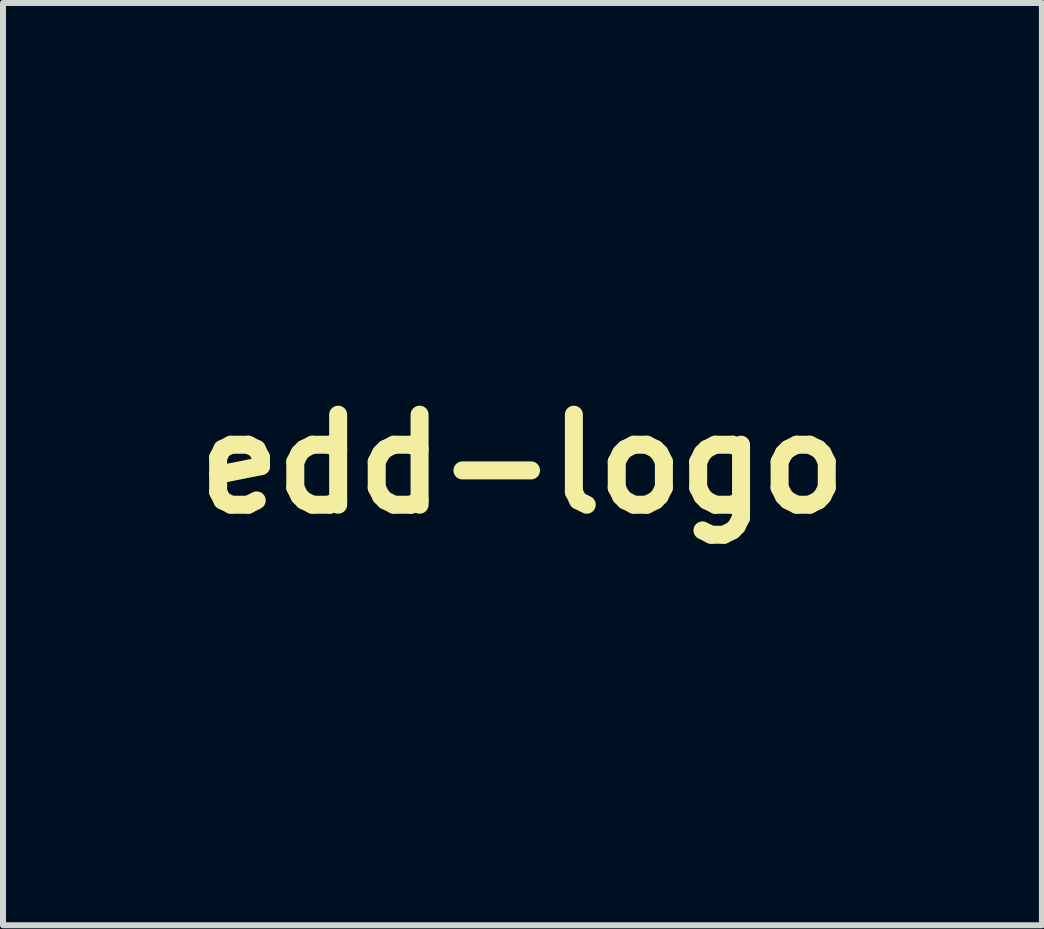
<source format=kicad_pcb>
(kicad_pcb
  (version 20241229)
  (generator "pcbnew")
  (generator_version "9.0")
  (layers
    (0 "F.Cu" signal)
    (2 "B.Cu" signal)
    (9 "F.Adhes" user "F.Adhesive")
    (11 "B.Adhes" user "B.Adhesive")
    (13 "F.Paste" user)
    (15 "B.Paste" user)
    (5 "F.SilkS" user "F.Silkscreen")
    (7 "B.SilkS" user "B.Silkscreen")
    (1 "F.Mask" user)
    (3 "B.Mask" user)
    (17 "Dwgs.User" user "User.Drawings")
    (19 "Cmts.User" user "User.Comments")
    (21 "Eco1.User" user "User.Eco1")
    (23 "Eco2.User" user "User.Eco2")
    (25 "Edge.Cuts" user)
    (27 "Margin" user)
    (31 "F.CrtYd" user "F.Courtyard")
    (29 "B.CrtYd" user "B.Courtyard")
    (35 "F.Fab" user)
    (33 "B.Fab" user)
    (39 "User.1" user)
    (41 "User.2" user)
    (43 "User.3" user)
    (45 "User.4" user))
  (footprint "edd-logo"
    (layer "F.Cu")
    (at 5.657 4.683)
    (property "Reference" "edd-logo" (at 0 0 0) (layer "F.SilkS") (effects (font (size 1.5 1.5) (thickness 0.3))))
    (attr board_only exclude_from_pos_files exclude_from_bom)
    (fp_poly (pts (xy -0.007 -3.371) (xy 0.008 -3.361) (xy 0.022 -3.341) (xy 0.032 -3.31) (xy 0.04 -3.264) (xy 0.047 -3.2) (xy 0.051 -3.117) (xy 0.055 -3.01) (xy 0.057 -2.878) (xy 0.058 -2.718) (xy 0.058 -2.527) (xy 0.058 -2.302) (xy 0.058 -2.051) (xy 0.058 -0.814) (xy 1.066 -0.814) (xy 1.29 -0.814) (xy 1.478 -0.814) (xy 1.634 -0.814) (xy 1.76 -0.813) (xy 1.861 -0.811) (xy 1.939 -0.809) (xy 1.997 -0.807) (xy 2.04 -0.803) (xy 2.069 -0.798) (xy 2.089 -0.792) (xy 2.102 -0.785) (xy 2.112 -0.777) (xy 2.113 -0.776) (xy 2.142 -0.732) (xy 2.151 -0.693) (xy 2.142 -0.67) (xy 2.117 -0.615) (xy 2.077 -0.53) (xy 2.022 -0.416) (xy 1.955 -0.277) (xy 1.876 -0.114) (xy 1.786 0.07) (xy 1.686 0.273) (xy 1.577 0.493) (xy 1.461 0.728) (xy 1.338 0.975) (xy 1.209 1.233) (xy 1.147 1.357) (xy 0.145 3.364) (xy 0.075 3.37) (xy 0.019 3.368) (xy -0.016 3.346) (xy -0.027 3.332) (xy -0.034 3.32) (xy -0.039 3.3) (xy -0.043 3.271) (xy -0.047 3.23) (xy -0.05 3.173) (xy -0.053 3.097) (xy -0.055 3.001) (xy -0.056 2.88) (xy -0.057 2.733) (xy -0.058 2.555) (xy -0.058 2.346) (xy -0.058 2.101) (xy -0.058 2.051) (xy -0.058 0.814) (xy -1.066 0.814) (xy -1.29 0.814) (xy -1.478 0.814) (xy -1.634 0.814) (xy -1.76 0.813) (xy -1.861 0.811) (xy -1.939 0.809) (xy -1.997 0.807) (xy -2.04 0.803) (xy -2.069 0.798) (xy -2.089 0.792) (xy -2.102 0.785) (xy -2.112 0.777) (xy -2.113 0.776) (xy -2.142 0.732) (xy -2.151 0.693) (xy -2.142 0.67) (xy -2.117 0.615) (xy -2.077 0.53) (xy -2.022 0.416) (xy -1.955 0.277) (xy -1.876 0.114) (xy -1.786 -0.07) (xy -1.686 -0.273) (xy -1.577 -0.493) (xy -1.461 -0.728) (xy -1.338 -0.975) (xy -1.21 -1.233) (xy -1.147 -1.357) (xy -0.145 -3.364) (xy -0.075 -3.37) (xy -0.049 -3.372) (xy -0.026 -3.374)) (stroke (width 0) (type solid)) (fill yes) (layer "F.Mask"))
    (fp_poly (pts (xy 3.863 -4.632) (xy 4.07 -4.532) (xy 4.251 -4.406) (xy 4.405 -4.254) (xy 4.529 -4.08) (xy 4.621 -3.885) (xy 4.64 -3.829) (xy 4.683 -3.694) (xy 4.683 0) (xy 4.683 3.694) (xy 4.64 3.829) (xy 4.556 4.029) (xy 4.441 4.209) (xy 4.295 4.367) (xy 4.122 4.5) (xy 3.922 4.607) (xy 3.863 4.632) (xy 3.732 4.683) (xy 0.048 4.686) (xy -0.396 4.687) (xy -0.803 4.687) (xy -1.175 4.688) (xy -1.514 4.688) (xy -1.82 4.688) (xy -2.096 4.688) (xy -2.343 4.688) (xy -2.563 4.687) (xy -2.758 4.687) (xy -2.929 4.686) (xy -3.079 4.685) (xy -3.208 4.684) (xy -3.318 4.683) (xy -3.412 4.681) (xy -3.491 4.679) (xy -3.556 4.677) (xy -3.609 4.675) (xy -3.652 4.672) (xy -3.687 4.669) (xy -3.714 4.666) (xy -3.737 4.662) (xy -3.757 4.658) (xy -3.774 4.654) (xy -3.975 4.582) (xy -4.159 4.477) (xy -4.321 4.345) (xy -4.458 4.187) (xy -4.566 4.008) (xy -4.643 3.812) (xy -4.663 3.733) (xy -4.667 3.713) (xy -4.67 3.688) (xy -4.673 3.655) (xy -4.675 3.635) (xy -4.217 3.635) (xy -4.172 3.748) (xy -4.102 3.874) (xy -4.003 3.992) (xy -3.883 4.093) (xy -3.752 4.169) (xy -3.64 4.208) (xy -3.614 4.21) (xy -3.552 4.211) (xy -3.454 4.213) (xy -3.324 4.214) (xy -3.163 4.215) (xy -2.973 4.216) (xy -2.755 4.217) (xy -2.513 4.218) (xy -2.247 4.219) (xy -1.96 4.219) (xy -1.654 4.22) (xy -1.33 4.22) (xy -0.991 4.22) (xy -0.638 4.22) (xy -0.274 4.22) (xy 0.039 4.22) (xy 3.656 4.217) (xy 3.784 4.154) (xy 3.908 4.076) (xy 4.021 3.974) (xy 4.113 3.857) (xy 4.172 3.748) (xy 4.217 3.635) (xy 4.217 0) (xy 4.217 -3.635) (xy 4.172 -3.748) (xy 4.106 -3.869) (xy 4.01 -3.985) (xy 3.896 -4.085) (xy 3.784 -4.154) (xy 3.656 -4.217) (xy 0 -4.217) (xy -3.656 -4.217) (xy -3.784 -4.154) (xy -3.908 -4.076) (xy -4.021 -3.974) (xy -4.113 -3.857) (xy -4.172 -3.748) (xy -4.217 -3.635) (xy -4.217 0) (xy -4.217 3.635) (xy -4.675 3.635) (xy -4.676 3.612) (xy -4.679 3.559) (xy -4.681 3.493) (xy -4.683 3.414) (xy -4.684 3.318) (xy -4.686 3.205) (xy -4.687 3.073) (xy -4.688 2.92) (xy -4.689 2.744) (xy -4.689 2.545) (xy -4.69 2.32) (xy -4.69 2.067) (xy -4.69 1.786) (xy -4.69 1.473) (xy -4.689 1.128) (xy -4.689 0.75) (xy -4.688 0.335) (xy -4.688 -0.058) (xy -4.683 -3.713) (xy -4.639 -3.839) (xy -4.552 -4.037) (xy -4.434 -4.216) (xy -4.288 -4.373) (xy -4.12 -4.503) (xy -3.932 -4.602) (xy -3.829 -4.64) (xy -3.694 -4.683) (xy 0.019 -4.683) (xy 3.732 -4.683)) (stroke (width 0) (type solid)) (fill yes) (layer "F.Mask")))
  (gr_rect
    (start -3 -3)
    (end 14.314 12.37)
    (stroke (width 0.1) (type default))
    (fill no)
    (layer "Edge.Cuts")))
</source>
